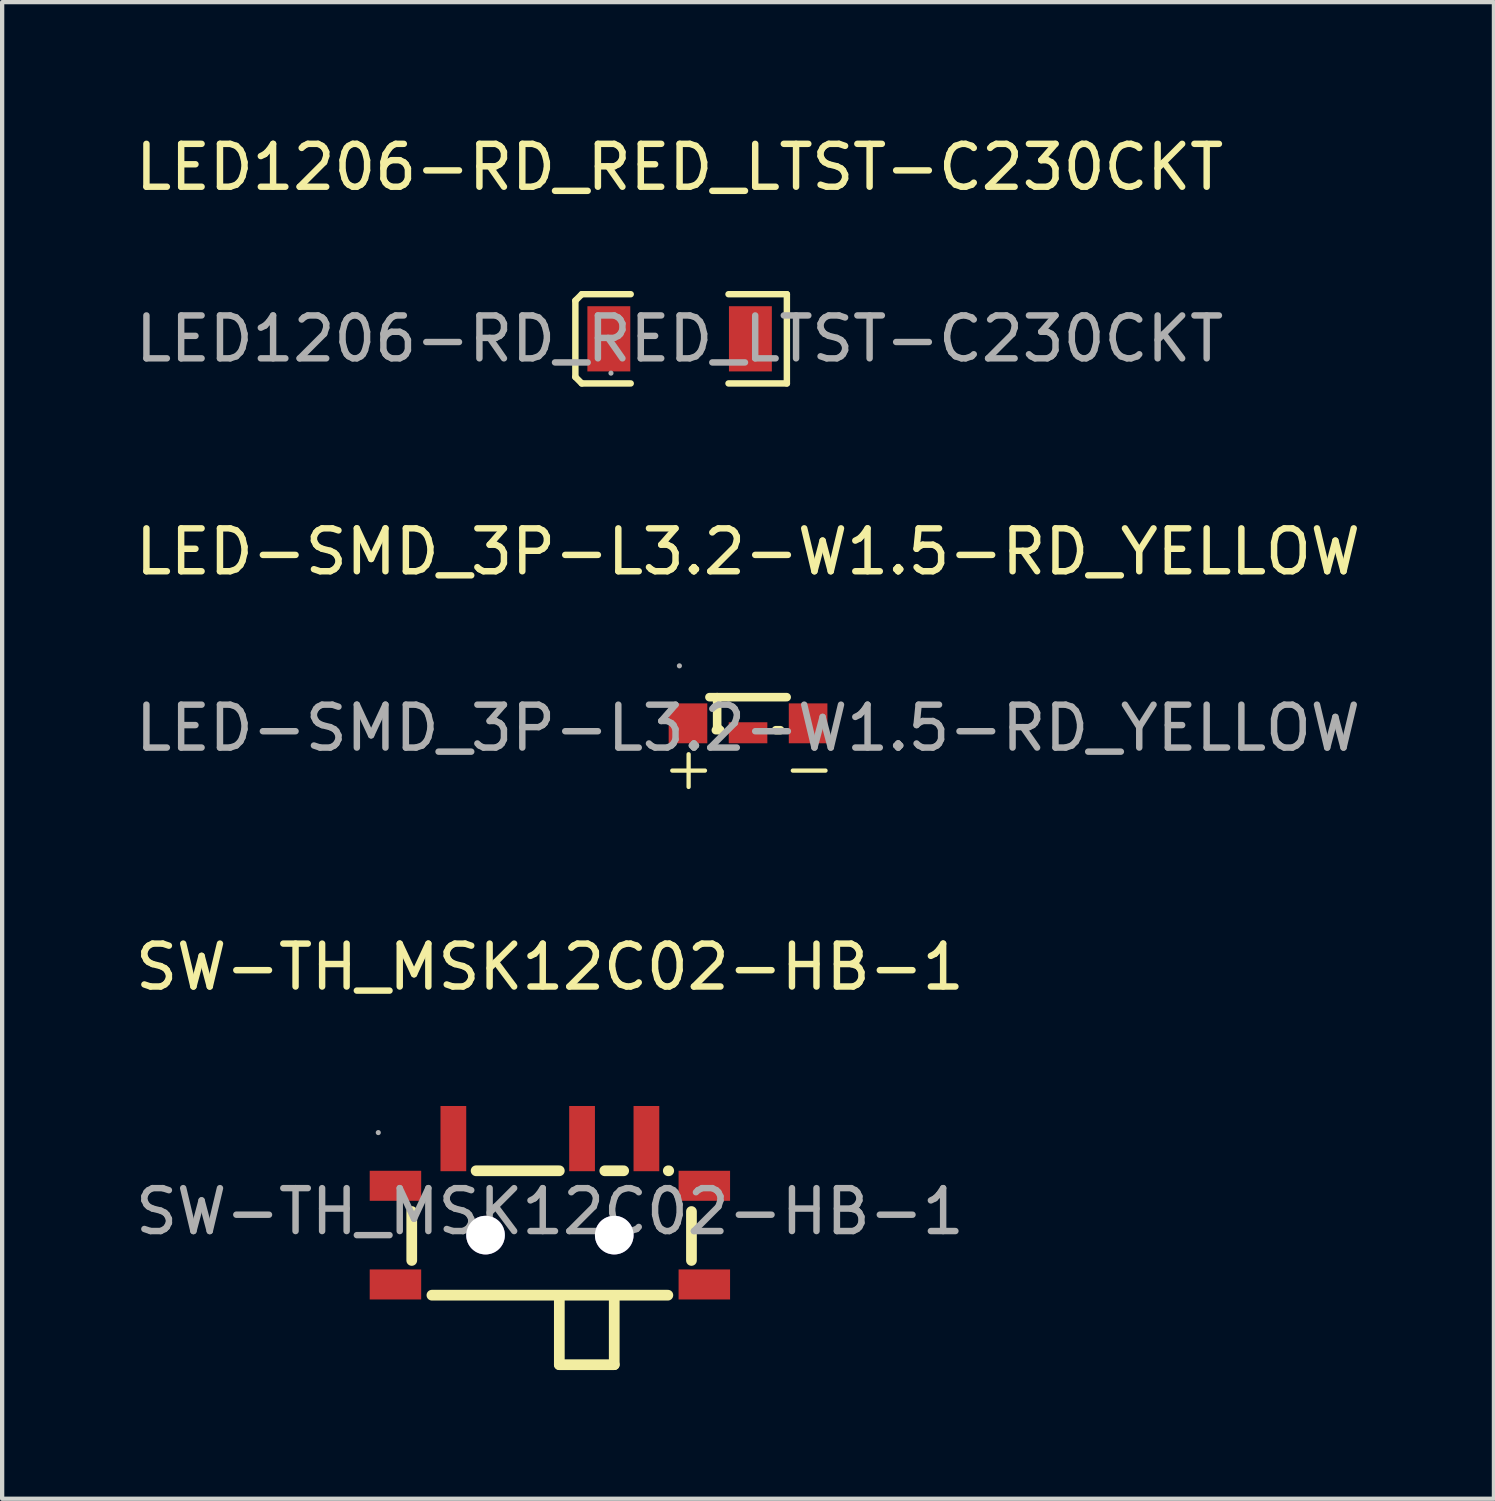
<source format=kicad_pcb>
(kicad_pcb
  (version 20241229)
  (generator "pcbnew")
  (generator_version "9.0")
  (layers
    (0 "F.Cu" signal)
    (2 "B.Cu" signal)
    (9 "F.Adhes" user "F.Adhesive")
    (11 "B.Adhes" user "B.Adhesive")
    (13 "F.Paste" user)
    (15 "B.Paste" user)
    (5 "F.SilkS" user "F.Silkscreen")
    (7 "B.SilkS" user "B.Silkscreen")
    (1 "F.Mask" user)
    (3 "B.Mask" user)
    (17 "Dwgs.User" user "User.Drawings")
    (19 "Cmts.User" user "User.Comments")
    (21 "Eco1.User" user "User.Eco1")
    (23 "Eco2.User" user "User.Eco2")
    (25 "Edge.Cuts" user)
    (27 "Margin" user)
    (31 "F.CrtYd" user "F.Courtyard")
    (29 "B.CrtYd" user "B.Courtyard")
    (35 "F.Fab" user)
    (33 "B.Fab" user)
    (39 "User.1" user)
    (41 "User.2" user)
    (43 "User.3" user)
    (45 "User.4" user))
  (footprint "LED1206-RD_RED_LTST-C230CKT"
    (layer "F.Cu")
    (at 12.792 4.848)
    (property "Reference" "LED1206-RD_RED_LTST-C230CKT" (at 0 -4 0) (layer "F.SilkS") (effects (font (size 1 1) (thickness 0.15))))
    (attr smd)
    (fp_line (start -2.43 -0.89) (end -2.28 -1.04) (stroke (width 0.15) (type solid)) (layer "F.SilkS"))
    (fp_line (start -2.43 0.89) (end -2.43 -0.89) (stroke (width 0.15) (type solid)) (layer "F.SilkS"))
    (fp_line (start -2.28 -1.04) (end -1.14 -1.04) (stroke (width 0.15) (type solid)) (layer "F.SilkS"))
    (fp_line (start -2.28 1.04) (end -2.43 0.89) (stroke (width 0.15) (type solid)) (layer "F.SilkS"))
    (fp_line (start -2.28 1.04) (end -1.14 1.04) (stroke (width 0.15) (type solid)) (layer "F.SilkS"))
    (fp_line (start 2.5 -1.04) (end 1.14 -1.04) (stroke (width 0.15) (type solid)) (layer "F.SilkS"))
    (fp_line (start 2.5 1.04) (end 1.14 1.04) (stroke (width 0.15) (type solid)) (layer "F.SilkS"))
    (fp_line (start 2.5 1.04) (end 2.5 -1.04) (stroke (width 0.15) (type solid)) (layer "F.SilkS"))
    (fp_circle (center -1.6 0.8) (end -1.57 0.8) (stroke (width 0.06) (type solid)) (fill no) (layer "F.Fab"))
    (fp_text user "${REFERENCE}" (at 0 0 0) (layer "F.Fab") (effects (font (size 1 1) (thickness 0.15))))
    (pad "1" smd rect (at -1.65 0) (size 1 1.52) (layers "F.Cu" "F.Mask" "F.Paste"))
    (pad "2" smd rect (at 1.65 0) (size 1 1.52) (layers "F.Cu" "F.Mask" "F.Paste")))
  (footprint "LED-SMD_3P-L3.2-W1.5-RD_YELLOW"
    (layer "F.Cu")
    (at 14.387 13.921)
    (property "Reference" "LED-SMD_3P-L3.2-W1.5-RD_YELLOW" (at 0 -4.11 0) (layer "F.SilkS") (effects (font (size 1 1) (thickness 0.15))))
    (attr through_hole)
    (fp_line (start -0.9 -0.72) (end 0.9 -0.72) (stroke (width 0.2) (type solid)) (layer "F.SilkS"))
    (fp_line (start -0.75 0.05) (end -0.65 0.05) (stroke (width 0.2) (type solid)) (layer "F.SilkS"))
    (fp_line (start -0.72 -0.72) (end -0.72 -0.02) (stroke (width 0.2) (type solid)) (layer "F.SilkS"))
    (fp_line (start -0.72 -0.02) (end -0.65 0.05) (stroke (width 0.2) (type solid)) (layer "F.SilkS"))
    (fp_line (start 0.65 0.05) (end 0.75 0.05) (stroke (width 0.2) (type solid)) (layer "F.SilkS"))
    (fp_circle (center -1.6 -1.45) (end -1.57 -1.45) (stroke (width 0.06) (type solid)) (fill no) (layer "F.Fab"))
    (fp_text user "+" (at -2.07 1.5 0) (unlocked yes) (layer "F.SilkS") (effects (font (size 1 1) (thickness 0.1)) (justify left bottom)))
    (fp_text user "-" (at 0.74 1.5 0) (unlocked yes) (layer "F.SilkS") (effects (font (size 1 1) (thickness 0.1)) (justify left bottom)))
    (fp_text user "${REFERENCE}" (at 0 0 0) (layer "F.Fab") (effects (font (size 1 1) (thickness 0.15))))
    (pad "" smd rect (at 0 0.11 180) (size 0.9 0.49) (layers "F.Cu" "F.Mask" "F.Paste"))
    (pad "1" smd rect (at -1.4 -0.11 180) (size 0.9 0.93) (layers "F.Cu" "F.Mask" "F.Paste"))
    (pad "2" smd rect (at 1.4 -0.11 180) (size 0.9 0.93) (layers "F.Cu" "F.Mask" "F.Paste")))
  (footprint "SW-TH_MSK12C02-HB-1"
    (layer "F.Cu")
    (at 9.768 25.191)
    (property "Reference" "SW-TH_MSK12C02-HB-1" (at 0 -5.7 0) (layer "F.SilkS") (effects (font (size 1 1) (thickness 0.15))))
    (attr through_hole)
    (fp_line (start -3.22 1.14) (end -3.22 0) (stroke (width 0.25) (type solid)) (layer "F.SilkS"))
    (fp_line (start -2.75 1.95) (end 2.75 1.95) (stroke (width 0.25) (type solid)) (layer "F.SilkS"))
    (fp_line (start 0.22 -0.95) (end -1.72 -0.95) (stroke (width 0.25) (type solid)) (layer "F.SilkS"))
    (fp_line (start 0.22 1.97) (end 0.22 3.57) (stroke (width 0.25) (type solid)) (layer "F.SilkS"))
    (fp_line (start 0.22 3.57) (end 1.5 3.57) (stroke (width 0.25) (type solid)) (layer "F.SilkS"))
    (fp_line (start 1.5 3.57) (end 1.5 1.97) (stroke (width 0.25) (type solid)) (layer "F.SilkS"))
    (fp_line (start 1.72 -0.95) (end 1.28 -0.95) (stroke (width 0.25) (type solid)) (layer "F.SilkS"))
    (fp_line (start 2.77 -0.95) (end 2.76 -0.95) (stroke (width 0.25) (type solid)) (layer "F.SilkS"))
    (fp_line (start 3.3 0) (end 3.3 1.14) (stroke (width 0.25) (type solid)) (layer "F.SilkS"))
    (fp_circle (center -1.5 0.55) (end -1.32 0.55) (stroke (width 0.35) (type solid)) (fill no) (layer "Cmts.User"))
    (fp_circle (center 1.5 0.55) (end 1.68 0.55) (stroke (width 0.35) (type solid)) (fill no) (layer "Cmts.User"))
    (fp_circle (center -4 -1.84) (end -3.97 -1.84) (stroke (width 0.06) (type solid)) (fill no) (layer "F.Fab"))
    (fp_text user "${REFERENCE}" (at 0 0 0) (layer "F.Fab") (effects (font (size 1 1) (thickness 0.15))))
    (pad "" thru_hole circle (at -1.5 0.55) (size 0.9 0.9) (drill 0.9) (layers "*.Cu" "*.Mask"))
    (pad "" thru_hole circle (at 1.5 0.55) (size 0.9 0.9) (drill 0.9) (layers "*.Cu" "*.Mask"))
    (pad "1" smd rect (at -2.25 -1.7 90) (size 1.52 0.6) (layers "F.Cu" "F.Mask" "F.Paste"))
    (pad "2" smd rect (at 0.75 -1.7 90) (size 1.52 0.6) (layers "F.Cu" "F.Mask" "F.Paste"))
    (pad "3" smd rect (at 2.25 -1.7 90) (size 1.52 0.6) (layers "F.Cu" "F.Mask" "F.Paste"))
    (pad "4" smd rect (at -3.6 -0.6 180) (size 1.2 0.7) (layers "F.Cu" "F.Mask" "F.Paste"))
    (pad "4" smd rect (at -3.6 1.7 180) (size 1.2 0.7) (layers "F.Cu" "F.Mask" "F.Paste"))
    (pad "4" smd rect (at 3.6 -0.6 180) (size 1.2 0.7) (layers "F.Cu" "F.Mask" "F.Paste"))
    (pad "4" smd rect (at 3.6 1.7 180) (size 1.2 0.7) (layers "F.Cu" "F.Mask" "F.Paste")))
  (gr_rect
    (start -3 -3)
    (end 31.774 31.886)
    (stroke (width 0.1) (type default))
    (fill no)
    (layer "Edge.Cuts")))
</source>
